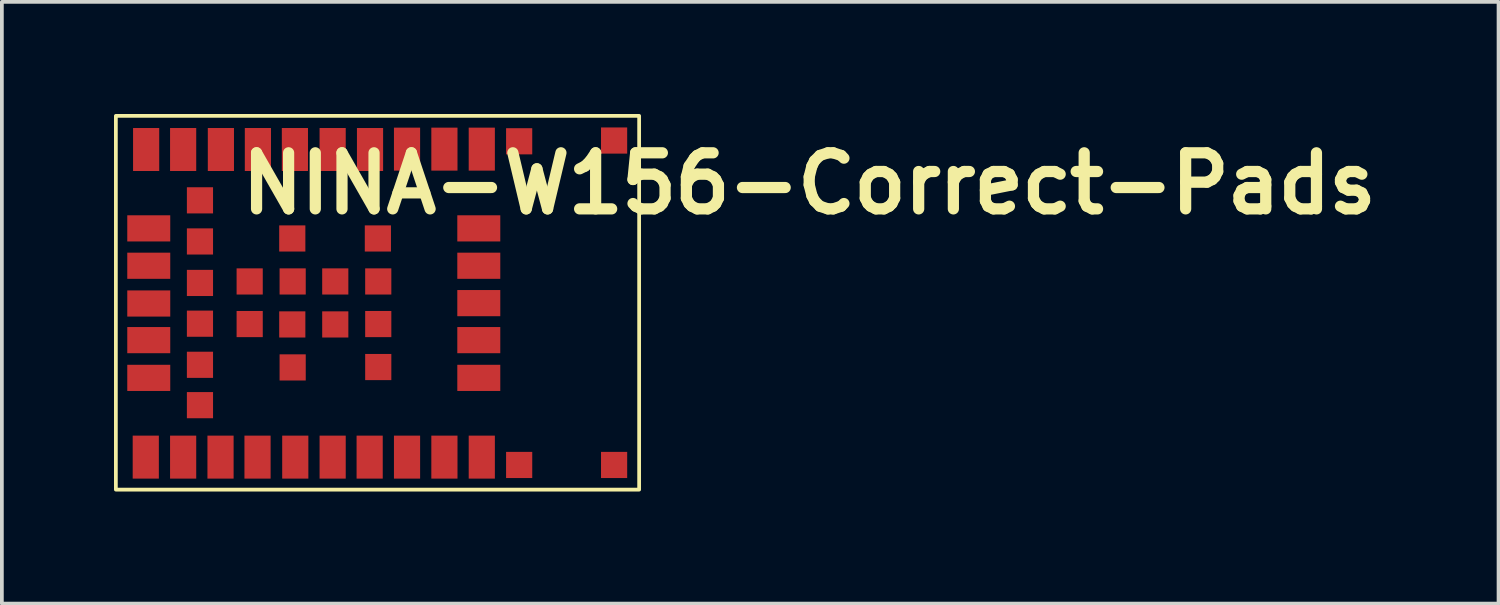
<source format=kicad_pcb>
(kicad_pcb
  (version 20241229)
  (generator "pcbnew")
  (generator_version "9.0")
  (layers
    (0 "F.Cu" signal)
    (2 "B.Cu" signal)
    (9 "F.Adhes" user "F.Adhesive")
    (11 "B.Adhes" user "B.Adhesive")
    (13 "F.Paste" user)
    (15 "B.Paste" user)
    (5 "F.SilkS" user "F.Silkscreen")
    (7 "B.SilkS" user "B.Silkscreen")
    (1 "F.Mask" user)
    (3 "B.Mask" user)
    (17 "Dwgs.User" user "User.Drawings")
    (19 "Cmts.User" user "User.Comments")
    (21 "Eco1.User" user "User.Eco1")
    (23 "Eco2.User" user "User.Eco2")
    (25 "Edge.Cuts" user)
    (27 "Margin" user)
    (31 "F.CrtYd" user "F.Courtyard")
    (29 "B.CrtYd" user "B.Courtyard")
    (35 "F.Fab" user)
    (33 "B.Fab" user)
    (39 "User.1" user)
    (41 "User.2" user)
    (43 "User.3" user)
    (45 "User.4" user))
  (footprint "NINA-W156-Correct-Pads"
    (layer "F.Cu")
    (at 7.04 5.04)
    (property "Reference" "NINA-W156-Correct-Pads" (at 11.56 -3.18 0) (layer "F.SilkS") (effects (font (size 1.5 1.5) (thickness 0.3))))
    (attr board_only exclude_from_pos_files exclude_from_bom)
    (fp_poly (pts (xy -4.82 4.131) (xy -4.82 4.741) (xy -5.192 4.741) (xy -5.563 4.741) (xy -5.556 4.138) (xy -5.549 3.576) (xy -5.509 3.576) (xy -5.509 4.132) (xy -5.509 4.688) (xy -5.191 4.688) (xy -4.873 4.688) (xy -4.873 4.132) (xy -4.873 3.576) (xy -5.191 3.576) (xy -5.509 3.576) (xy -5.549 3.576) (xy -5.549 3.536) (xy -5.185 3.529) (xy -4.82 3.521)) (stroke (width 0) (type solid)) (fill yes) (layer "F.Mask"))
    (fp_poly (pts (xy -4.748 -2.007) (xy -4.383 -2) (xy -4.376 -1.622) (xy -4.369 -1.245) (xy -4.74 -1.245) (xy -5.112 -1.245) (xy -5.112 -1.63) (xy -5.112 -1.96) (xy -5.059 -1.96) (xy -5.059 -1.629) (xy -5.059 -1.298) (xy -4.741 -1.298) (xy -4.423 -1.298) (xy -4.423 -1.629) (xy -4.423 -1.96) (xy -4.741 -1.96) (xy -5.059 -1.96) (xy -5.112 -1.96) (xy -5.112 -2.014)) (stroke (width 0) (type solid)) (fill yes) (layer "F.Mask"))
    (fp_poly (pts (xy -4.37 -2.728) (xy -4.37 -2.357) (xy -4.741 -2.357) (xy -5.112 -2.357) (xy -5.112 -2.728) (xy -5.112 -3.046) (xy -5.059 -3.046) (xy -5.059 -2.728) (xy -5.059 -2.41) (xy -4.741 -2.41) (xy -4.423 -2.41) (xy -4.423 -2.728) (xy -4.423 -3.046) (xy -4.741 -3.046) (xy -5.059 -3.046) (xy -5.112 -3.046) (xy -5.112 -3.099) (xy -4.741 -3.099) (xy -4.37 -3.099)) (stroke (width 0) (type solid)) (fill yes) (layer "F.Mask"))
    (fp_poly (pts (xy -4.37 -0.53) (xy -4.37 -0.159) (xy -4.741 -0.159) (xy -5.112 -0.159) (xy -5.112 -0.53) (xy -5.112 -0.848) (xy -5.059 -0.848) (xy -5.059 -0.53) (xy -5.059 -0.212) (xy -4.741 -0.212) (xy -4.423 -0.212) (xy -4.423 -0.53) (xy -4.423 -0.848) (xy -4.741 -0.848) (xy -5.059 -0.848) (xy -5.112 -0.848) (xy -5.112 -0.901) (xy -4.741 -0.901) (xy -4.37 -0.901)) (stroke (width 0) (type solid)) (fill yes) (layer "F.Mask"))
    (fp_poly (pts (xy -4.191 3.529) (xy -3.827 3.536) (xy -3.827 4.132) (xy -3.827 4.728) (xy -4.191 4.735) (xy -4.556 4.742) (xy -4.556 4.132) (xy -4.556 3.576) (xy -4.503 3.576) (xy -4.503 4.131) (xy -4.503 4.686) (xy -4.185 4.686) (xy -3.867 4.686) (xy -3.867 4.131) (xy -3.867 3.576) (xy -4.185 3.576) (xy -4.503 3.576) (xy -4.556 3.576) (xy -4.556 3.521)) (stroke (width 0) (type solid)) (fill yes) (layer "F.Mask"))
    (fp_poly (pts (xy -3.046 -0.556) (xy -3.046 -0.185) (xy -3.417 -0.185) (xy -3.787 -0.185) (xy -3.787 -0.556) (xy -3.787 -0.874) (xy -3.735 -0.874) (xy -3.735 -0.556) (xy -3.735 -0.238) (xy -3.417 -0.238) (xy -3.099 -0.238) (xy -3.099 -0.556) (xy -3.099 -0.874) (xy -3.417 -0.874) (xy -3.735 -0.874) (xy -3.787 -0.874) (xy -3.787 -0.927) (xy -3.417 -0.927) (xy -3.046 -0.927)) (stroke (width 0) (type solid)) (fill yes) (layer "F.Mask"))
    (fp_poly (pts (xy -2.271 -0.921) (xy -1.894 -0.914) (xy -1.894 -0.556) (xy -1.894 -0.199) (xy -2.271 -0.191) (xy -2.649 -0.184) (xy -2.649 -0.556) (xy -2.649 -0.874) (xy -2.596 -0.874) (xy -2.596 -0.556) (xy -2.596 -0.238) (xy -2.265 -0.238) (xy -1.933 -0.238) (xy -1.933 -0.556) (xy -1.933 -0.874) (xy -2.265 -0.874) (xy -2.596 -0.874) (xy -2.649 -0.874) (xy -2.649 -0.928)) (stroke (width 0) (type solid)) (fill yes) (layer "F.Mask"))
    (fp_poly (pts (xy -1.894 1.735) (xy -1.894 2.106) (xy -2.272 2.113) (xy -2.65 2.12) (xy -2.643 1.742) (xy -2.636 1.404) (xy -2.596 1.404) (xy -2.596 1.735) (xy -2.596 2.066) (xy -2.265 2.066) (xy -1.933 2.066) (xy -1.933 1.735) (xy -1.933 1.404) (xy -2.265 1.404) (xy -2.596 1.404) (xy -2.636 1.404) (xy -2.635 1.364) (xy -2.265 1.364) (xy -1.894 1.364)) (stroke (width 0) (type solid)) (fill yes) (layer "F.Mask"))
    (fp_poly (pts (xy -1.886 -1.702) (xy -1.894 -1.338) (xy -2.271 -1.33) (xy -2.649 -1.323) (xy -2.649 -1.694) (xy -2.649 -2.039) (xy -2.596 -2.039) (xy -2.596 -1.708) (xy -2.596 -1.377) (xy -2.265 -1.377) (xy -1.933 -1.377) (xy -1.933 -1.708) (xy -1.933 -2.039) (xy -2.265 -2.039) (xy -2.596 -2.039) (xy -2.649 -2.039) (xy -2.649 -2.066) (xy -2.264 -2.066) (xy -1.879 -2.066)) (stroke (width 0) (type solid)) (fill yes) (layer "F.Mask"))
    (fp_poly (pts (xy -1.886 0.589) (xy -1.879 0.953) (xy -2.265 0.953) (xy -2.65 0.953) (xy -2.643 0.589) (xy -2.636 0.265) (xy -2.596 0.265) (xy -2.596 0.596) (xy -2.596 0.927) (xy -2.265 0.927) (xy -1.933 0.927) (xy -1.933 0.596) (xy -1.933 0.265) (xy -2.265 0.265) (xy -2.596 0.265) (xy -2.636 0.265) (xy -2.635 0.225) (xy -2.265 0.225) (xy -1.894 0.225)) (stroke (width 0) (type solid)) (fill yes) (layer "F.Mask"))
    (fp_poly (pts (xy -1.828 -4.092) (xy -1.828 -3.496) (xy -2.198 -3.496) (xy -2.569 -3.496) (xy -2.569 -4.092) (xy -2.569 -4.635) (xy -2.516 -4.635) (xy -2.516 -4.092) (xy -2.516 -3.549) (xy -2.198 -3.549) (xy -1.881 -3.549) (xy -1.881 -4.092) (xy -1.881 -4.635) (xy -2.198 -4.635) (xy -2.516 -4.635) (xy -2.569 -4.635) (xy -2.569 -4.688) (xy -2.198 -4.688) (xy -1.828 -4.688)) (stroke (width 0) (type solid)) (fill yes) (layer "F.Mask"))
    (fp_poly (pts (xy -0.834 4.132) (xy -0.834 4.728) (xy -1.199 4.735) (xy -1.564 4.742) (xy -1.557 4.139) (xy -1.55 3.576) (xy -1.51 3.576) (xy -1.51 4.132) (xy -1.51 4.688) (xy -1.192 4.688) (xy -0.874 4.688) (xy -0.874 4.132) (xy -0.874 3.576) (xy -1.192 3.576) (xy -1.51 3.576) (xy -1.55 3.576) (xy -1.549 3.536) (xy -1.192 3.536) (xy -0.834 3.536)) (stroke (width 0) (type solid)) (fill yes) (layer "F.Mask"))
    (fp_poly (pts (xy -0.821 -4.092) (xy -0.821 -3.496) (xy -1.192 -3.496) (xy -1.563 -3.496) (xy -1.563 -4.092) (xy -1.563 -4.635) (xy -1.51 -4.635) (xy -1.51 -4.092) (xy -1.51 -3.549) (xy -1.192 -3.549) (xy -0.874 -3.549) (xy -0.874 -4.092) (xy -0.874 -4.635) (xy -1.192 -4.635) (xy -1.51 -4.635) (xy -1.563 -4.635) (xy -1.563 -4.688) (xy -1.192 -4.688) (xy -0.821 -4.688)) (stroke (width 0) (type solid)) (fill yes) (layer "F.Mask"))
    (fp_poly (pts (xy -0.742 -0.556) (xy -0.742 -0.185) (xy -1.112 -0.185) (xy -1.483 -0.185) (xy -1.483 -0.556) (xy -1.483 -0.874) (xy -1.457 -0.874) (xy -1.457 -0.556) (xy -1.457 -0.238) (xy -1.126 -0.238) (xy -0.795 -0.238) (xy -0.795 -0.556) (xy -0.795 -0.874) (xy -1.126 -0.874) (xy -1.457 -0.874) (xy -1.483 -0.874) (xy -1.483 -0.927) (xy -1.112 -0.927) (xy -0.742 -0.927)) (stroke (width 0) (type solid)) (fill yes) (layer "F.Mask"))
    (fp_poly (pts (xy 0.397 -0.556) (xy 0.397 -0.185) (xy 0.026 -0.185) (xy -0.344 -0.185) (xy -0.344 -0.556) (xy -0.344 -0.874) (xy -0.291 -0.874) (xy -0.291 -0.556) (xy -0.291 -0.238) (xy 0.026 -0.238) (xy 0.344 -0.238) (xy 0.344 -0.556) (xy 0.344 -0.874) (xy 0.026 -0.874) (xy -0.291 -0.874) (xy -0.344 -0.874) (xy -0.344 -0.927) (xy 0.026 -0.927) (xy 0.397 -0.927)) (stroke (width 0) (type solid)) (fill yes) (layer "F.Mask"))
    (fp_poly (pts (xy 1.165 -4.092) (xy 1.165 -3.496) (xy 0.795 -3.496) (xy 0.424 -3.496) (xy 0.424 -4.092) (xy 0.424 -4.635) (xy 0.477 -4.635) (xy 0.477 -4.092) (xy 0.477 -3.549) (xy 0.808 -3.549) (xy 1.139 -3.549) (xy 1.139 -4.092) (xy 1.139 -4.635) (xy 0.808 -4.635) (xy 0.477 -4.635) (xy 0.424 -4.635) (xy 0.424 -4.688) (xy 0.795 -4.688) (xy 1.165 -4.688)) (stroke (width 0) (type solid)) (fill yes) (layer "F.Mask"))
    (fp_poly (pts (xy 2.166 4.138) (xy 2.173 4.741) (xy 1.801 4.741) (xy 1.429 4.741) (xy 1.436 4.138) (xy 1.443 3.576) (xy 1.483 3.576) (xy 1.483 4.132) (xy 1.483 4.688) (xy 1.801 4.688) (xy 2.119 4.688) (xy 2.119 4.132) (xy 2.119 3.576) (xy 1.801 3.576) (xy 1.483 3.576) (xy 1.443 3.576) (xy 1.443 3.536) (xy 1.801 3.536) (xy 2.159 3.536)) (stroke (width 0) (type solid)) (fill yes) (layer "F.Mask"))
    (fp_poly (pts (xy 2.801 3.529) (xy 3.165 3.536) (xy 3.165 4.132) (xy 3.165 4.728) (xy 2.801 4.735) (xy 2.437 4.742) (xy 2.437 4.132) (xy 2.437 3.576) (xy 2.463 3.576) (xy 2.463 4.132) (xy 2.463 4.688) (xy 2.794 4.688) (xy 3.125 4.688) (xy 3.125 4.132) (xy 3.125 3.576) (xy 2.794 3.576) (xy 2.463 3.576) (xy 2.437 3.576) (xy 2.437 3.521)) (stroke (width 0) (type solid)) (fill yes) (layer "F.Mask"))
    (fp_poly (pts (xy 3.178 -4.092) (xy 3.178 -3.496) (xy 2.808 -3.496) (xy 2.437 -3.496) (xy 2.437 -4.092) (xy 2.437 -4.635) (xy 2.463 -4.635) (xy 2.463 -4.092) (xy 2.463 -3.549) (xy 2.794 -3.549) (xy 3.125 -3.549) (xy 3.125 -4.092) (xy 3.125 -4.635) (xy 2.794 -4.635) (xy 2.463 -4.635) (xy 2.437 -4.635) (xy 2.437 -4.688) (xy 2.808 -4.688) (xy 3.178 -4.688)) (stroke (width 0) (type solid)) (fill yes) (layer "F.Mask"))
    (fp_poly (pts (xy 3.311 1.006) (xy 3.311 1.377) (xy 2.714 1.377) (xy 2.117 1.377) (xy 2.125 1.013) (xy 2.131 0.689) (xy 2.172 0.689) (xy 2.172 1.02) (xy 2.172 1.352) (xy 2.721 1.345) (xy 3.271 1.338) (xy 3.278 1.013) (xy 3.286 0.689) (xy 2.729 0.689) (xy 2.172 0.689) (xy 2.131 0.689) (xy 2.132 0.649) (xy 2.721 0.642) (xy 3.311 0.635)) (stroke (width 0) (type solid)) (fill yes) (layer "F.Mask"))
    (fp_poly (pts (xy 3.311 2.013) (xy 3.311 2.384) (xy 2.715 2.384) (xy 2.119 2.384) (xy 2.119 2.013) (xy 2.119 1.695) (xy 2.172 1.695) (xy 2.172 2.013) (xy 2.172 2.331) (xy 2.728 2.331) (xy 3.284 2.331) (xy 3.284 2.013) (xy 3.284 1.695) (xy 2.728 1.695) (xy 2.172 1.695) (xy 2.119 1.695) (xy 2.119 1.642) (xy 2.715 1.642) (xy 3.311 1.642)) (stroke (width 0) (type solid)) (fill yes) (layer "F.Mask"))
    (fp_poly (pts (xy -5.509 -0.98) (xy -5.509 -0.609) (xy -6.103 -0.609) (xy -6.697 -0.609) (xy -6.705 -0.795) (xy -6.709 -0.927) (xy -6.708 -1.074) (xy -6.705 -1.165) (xy -6.699 -1.298) (xy -6.672 -1.298) (xy -6.672 -0.98) (xy -6.672 -0.662) (xy -6.117 -0.662) (xy -5.562 -0.662) (xy -5.562 -0.98) (xy -5.562 -1.298) (xy -6.117 -1.298) (xy -6.672 -1.298) (xy -6.699 -1.298) (xy -6.697 -1.351) (xy -6.103 -1.351) (xy -5.509 -1.351)) (stroke (width 0) (type solid)) (fill yes) (layer "F.Mask"))
    (fp_poly (pts (xy -5.505 -0.159) (xy -5.501 -0.026) (xy -5.502 0.12) (xy -5.505 0.212) (xy -5.513 0.397) (xy -6.107 0.397) (xy -6.701 0.397) (xy -6.701 0.344) (xy -6.673 0.344) (xy -6.118 0.344) (xy -5.562 0.344) (xy -5.562 0.013) (xy -5.562 -0.319) (xy -6.112 -0.312) (xy -6.661 -0.305) (xy -6.667 0.02) (xy -6.673 0.344) (xy -6.701 0.344) (xy -6.701 0.026) (xy -6.701 -0.344) (xy -6.107 -0.344) (xy -5.513 -0.344)) (stroke (width 0) (type solid)) (fill yes) (layer "F.Mask"))
    (fp_poly (pts (xy -4.82 -4.092) (xy -4.82 -3.496) (xy -5.191 -3.496) (xy -5.562 -3.496) (xy -5.562 -3.549) (xy -5.509 -3.549) (xy -5.191 -3.549) (xy -4.873 -3.549) (xy -4.873 -4.089) (xy -4.873 -4.628) (xy -5.013 -4.64) (xy -5.117 -4.644) (xy -5.243 -4.644) (xy -5.331 -4.64) (xy -5.509 -4.629) (xy -5.509 -4.089) (xy -5.509 -3.549) (xy -5.562 -3.549) (xy -5.562 -4.092) (xy -5.562 -4.688) (xy -5.191 -4.688) (xy -4.82 -4.688)) (stroke (width 0) (type solid)) (fill yes) (layer "F.Mask"))
    (fp_poly (pts (xy -4.366 1.483) (xy -4.362 1.616) (xy -4.363 1.762) (xy -4.366 1.854) (xy -4.375 2.039) (xy -4.743 2.039) (xy -5.112 2.039) (xy -5.112 1.669) (xy -5.112 1.351) (xy -5.059 1.351) (xy -5.059 1.669) (xy -5.059 1.986) (xy -4.741 1.986) (xy -4.423 1.986) (xy -4.423 1.669) (xy -4.423 1.351) (xy -4.741 1.351) (xy -5.059 1.351) (xy -5.112 1.351) (xy -5.112 1.298) (xy -4.743 1.298) (xy -4.375 1.298)) (stroke (width 0) (type solid)) (fill yes) (layer "F.Mask"))
    (fp_poly (pts (xy -4.366 2.576) (xy -4.362 2.707) (xy -4.362 2.85) (xy -4.365 2.947) (xy -4.373 3.125) (xy -4.742 3.125) (xy -5.112 3.125) (xy -5.112 2.755) (xy -5.112 2.437) (xy -5.059 2.437) (xy -5.059 2.755) (xy -5.059 3.072) (xy -4.741 3.072) (xy -4.423 3.072) (xy -4.423 2.755) (xy -4.423 2.437) (xy -4.741 2.437) (xy -5.059 2.437) (xy -5.112 2.437) (xy -5.112 2.384) (xy -4.743 2.384) (xy -4.374 2.384)) (stroke (width 0) (type solid)) (fill yes) (layer "F.Mask"))
    (fp_poly (pts (xy 3.315 -1.165) (xy 3.319 -1.033) (xy 3.318 -0.886) (xy 3.315 -0.795) (xy 3.306 -0.609) (xy 2.713 -0.609) (xy 2.119 -0.609) (xy 2.119 -0.98) (xy 2.119 -1.298) (xy 2.172 -1.298) (xy 2.172 -0.98) (xy 2.172 -0.662) (xy 2.728 -0.662) (xy 3.284 -0.662) (xy 3.284 -0.98) (xy 3.284 -1.298) (xy 2.728 -1.298) (xy 2.172 -1.298) (xy 2.119 -1.298) (xy 2.119 -1.351) (xy 2.713 -1.351) (xy 3.306 -1.351)) (stroke (width 0) (type solid)) (fill yes) (layer "F.Mask"))
    (fp_poly (pts (xy 3.318 -2.152) (xy 3.315 -2.023) (xy 3.313 -1.887) (xy 3.312 -1.781) (xy 3.311 -1.616) (xy 2.715 -1.616) (xy 2.119 -1.616) (xy 2.119 -1.986) (xy 2.119 -2.304) (xy 2.172 -2.304) (xy 2.172 -1.973) (xy 2.172 -1.642) (xy 2.727 -1.642) (xy 3.282 -1.642) (xy 3.282 -1.973) (xy 3.282 -2.304) (xy 2.727 -2.304) (xy 2.172 -2.304) (xy 2.119 -2.304) (xy 2.119 -2.357) (xy 2.721 -2.357) (xy 3.324 -2.357)) (stroke (width 0) (type solid)) (fill yes) (layer "F.Mask"))
    (fp_poly (pts (xy 3.893 -4.696) (xy 3.993 -4.693) (xy 4.186 -4.686) (xy 4.179 -4.323) (xy 4.172 -3.96) (xy 3.794 -3.952) (xy 3.417 -3.945) (xy 3.417 -4.314) (xy 3.417 -4.635) (xy 3.47 -4.635) (xy 3.47 -4.317) (xy 3.47 -3.999) (xy 3.801 -3.999) (xy 4.132 -3.999) (xy 4.132 -4.317) (xy 4.132 -4.635) (xy 3.801 -4.635) (xy 3.47 -4.635) (xy 3.417 -4.635) (xy 3.417 -4.684) (xy 3.609 -4.693) (xy 3.743 -4.696)) (stroke (width 0) (type solid)) (fill yes) (layer "F.Mask"))
    (fp_poly (pts (xy -5.509 -1.986) (xy -5.509 -1.616) (xy -6.103 -1.616) (xy -6.697 -1.616) (xy -6.706 -1.834) (xy -6.709 -1.962) (xy -6.709 -2.093) (xy -6.707 -2.199) (xy -6.706 -2.205) (xy -6.701 -2.304) (xy -6.674 -2.304) (xy -6.674 -1.973) (xy -6.674 -1.642) (xy -6.118 -1.642) (xy -5.562 -1.642) (xy -5.562 -1.973) (xy -5.562 -2.304) (xy -6.118 -2.304) (xy -6.674 -2.304) (xy -6.701 -2.304) (xy -6.698 -2.357) (xy -6.104 -2.357) (xy -5.509 -2.357)) (stroke (width 0) (type solid)) (fill yes) (layer "F.Mask"))
    (fp_poly (pts (xy -3.046 0.583) (xy -3.046 0.953) (xy -3.203 0.953) (xy -3.293 0.955) (xy -3.365 0.958) (xy -3.395 0.961) (xy -3.438 0.964) (xy -3.517 0.964) (xy -3.609 0.96) (xy -3.787 0.951) (xy -3.787 0.581) (xy -3.787 0.265) (xy -3.735 0.265) (xy -3.735 0.596) (xy -3.735 0.927) (xy -3.417 0.927) (xy -3.099 0.927) (xy -3.099 0.596) (xy -3.099 0.265) (xy -3.417 0.265) (xy -3.735 0.265) (xy -3.787 0.265) (xy -3.787 0.212) (xy -3.417 0.212) (xy -3.046 0.212)) (stroke (width 0) (type solid)) (fill yes) (layer "F.Mask"))
    (fp_poly (pts (xy 0.397 1.549) (xy 0.403 1.68) (xy 0.404 1.827) (xy 0.402 1.925) (xy 0.393 2.115) (xy 0.203 2.123) (xy 0.072 2.127) (xy -0.071 2.127) (xy -0.166 2.124) (xy -0.346 2.116) (xy -0.338 1.74) (xy -0.332 1.404) (xy -0.291 1.404) (xy -0.291 1.733) (xy -0.291 2.063) (xy 0.026 2.063) (xy 0.342 2.063) (xy 0.342 1.733) (xy 0.342 1.404) (xy 0.026 1.404) (xy -0.291 1.404) (xy -0.332 1.404) (xy -0.331 1.364) (xy 0.026 1.364) (xy 0.384 1.364)) (stroke (width 0) (type solid)) (fill yes) (layer "F.Mask"))
    (fp_poly (pts (xy -5.509 1.006) (xy -5.509 1.377) (xy -6.105 1.377) (xy -6.701 1.377) (xy -6.701 1.006) (xy -6.701 0.689) (xy -6.674 0.689) (xy -6.674 1.002) (xy -6.673 1.126) (xy -6.669 1.23) (xy -6.664 1.303) (xy -6.657 1.333) (xy -6.626 1.338) (xy -6.551 1.343) (xy -6.439 1.347) (xy -6.298 1.35) (xy -6.138 1.351) (xy -6.101 1.351) (xy -5.562 1.351) (xy -5.562 1.02) (xy -5.562 0.689) (xy -6.118 0.689) (xy -6.674 0.689) (xy -6.701 0.689) (xy -6.701 0.636) (xy -6.105 0.636) (xy -5.509 0.636)) (stroke (width 0) (type solid)) (fill yes) (layer "F.Mask"))
    (fp_poly (pts (xy -4.74 0.189) (xy -4.369 0.195) (xy -4.376 0.568) (xy -4.383 0.94) (xy -4.729 0.948) (xy -4.86 0.949) (xy -4.97 0.948) (xy -5.051 0.944) (xy -5.091 0.938) (xy -5.093 0.937) (xy -5.1 0.905) (xy -5.106 0.83) (xy -5.11 0.723) (xy -5.112 0.593) (xy -5.112 0.55) (xy -5.112 0.238) (xy -5.059 0.238) (xy -5.059 0.569) (xy -5.059 0.901) (xy -4.741 0.901) (xy -4.423 0.901) (xy -4.423 0.569) (xy -4.423 0.238) (xy -4.741 0.238) (xy -5.059 0.238) (xy -5.112 0.238) (xy -5.112 0.182)) (stroke (width 0) (type solid)) (fill yes) (layer "F.Mask"))
    (fp_poly (pts (xy 0.397 0.382) (xy 0.403 0.491) (xy 0.418 0.554) (xy 0.43 0.567) (xy 0.45 0.585) (xy 0.43 0.598) (xy 0.41 0.635) (xy 0.399 0.721) (xy 0.397 0.784) (xy 0.397 0.953) (xy 0.026 0.953) (xy -0.344 0.953) (xy -0.344 0.583) (xy -0.344 0.265) (xy -0.291 0.265) (xy -0.291 0.596) (xy -0.291 0.927) (xy 0.026 0.927) (xy 0.344 0.927) (xy 0.344 0.596) (xy 0.344 0.265) (xy 0.026 0.265) (xy -0.291 0.265) (xy -0.344 0.265) (xy -0.344 0.212) (xy 0.026 0.212) (xy 0.397 0.212)) (stroke (width 0) (type solid)) (fill yes) (layer "F.Mask"))
    (fp_poly (pts (xy 2.068 -4.692) (xy 2.14 -4.684) (xy 2.163 -4.674) (xy 2.165 -4.641) (xy 2.167 -4.562) (xy 2.168 -4.447) (xy 2.168 -4.303) (xy 2.167 -4.138) (xy 2.166 -4.065) (xy 2.159 -3.483) (xy 1.794 -3.49) (xy 1.43 -3.498) (xy 1.43 -4.091) (xy 1.43 -4.635) (xy 1.483 -4.635) (xy 1.483 -4.092) (xy 1.483 -3.549) (xy 1.801 -3.549) (xy 2.119 -3.549) (xy 2.119 -4.092) (xy 2.119 -4.635) (xy 1.801 -4.635) (xy 1.483 -4.635) (xy 1.43 -4.635) (xy 1.43 -4.685) (xy 1.791 -4.693) (xy 1.951 -4.695)) (stroke (width 0) (type solid)) (fill yes) (layer "F.Mask"))
    (fp_poly (pts (xy 4.172 4.357) (xy 4.172 4.728) (xy 3.807 4.735) (xy 3.653 4.737) (xy 3.546 4.735) (xy 3.477 4.73) (xy 3.44 4.719) (xy 3.429 4.707) (xy 3.424 4.669) (xy 3.421 4.588) (xy 3.421 4.477) (xy 3.422 4.347) (xy 3.422 4.329) (xy 3.429 4.026) (xy 3.47 4.026) (xy 3.47 4.357) (xy 3.47 4.688) (xy 3.801 4.688) (xy 4.132 4.688) (xy 4.132 4.357) (xy 4.132 4.026) (xy 3.801 4.026) (xy 3.47 4.026) (xy 3.429 4.026) (xy 3.43 3.986) (xy 3.801 3.986) (xy 4.172 3.986)) (stroke (width 0) (type solid)) (fill yes) (layer "F.Mask"))
    (fp_poly (pts (xy 6.714 4.357) (xy 6.714 4.728) (xy 6.349 4.735) (xy 6.196 4.737) (xy 6.089 4.735) (xy 6.02 4.73) (xy 5.983 4.719) (xy 5.971 4.707) (xy 5.967 4.669) (xy 5.964 4.588) (xy 5.963 4.477) (xy 5.965 4.347) (xy 5.965 4.329) (xy 5.972 4.026) (xy 6.012 4.026) (xy 6.012 4.357) (xy 6.012 4.688) (xy 6.343 4.688) (xy 6.674 4.688) (xy 6.674 4.357) (xy 6.674 4.026) (xy 6.343 4.026) (xy 6.012 4.026) (xy 5.972 4.026) (xy 5.973 3.986) (xy 6.343 3.986) (xy 6.714 3.986)) (stroke (width 0) (type solid)) (fill yes) (layer "F.Mask"))
    (fp_poly (pts (xy 6.727 -4.317) (xy 6.727 -3.946) (xy 6.361 -3.946) (xy 6.227 -3.948) (xy 6.112 -3.951) (xy 6.027 -3.956) (xy 5.981 -3.962) (xy 5.977 -3.964) (xy 5.97 -3.996) (xy 5.965 -4.07) (xy 5.961 -4.176) (xy 5.959 -4.305) (xy 5.959 -4.335) (xy 5.959 -4.635) (xy 6.012 -4.635) (xy 6.012 -4.317) (xy 6.012 -3.999) (xy 6.343 -3.999) (xy 6.674 -3.999) (xy 6.674 -4.317) (xy 6.674 -4.635) (xy 6.343 -4.635) (xy 6.012 -4.635) (xy 5.959 -4.635) (xy 5.959 -4.688) (xy 6.343 -4.688) (xy 6.727 -4.688)) (stroke (width 0) (type solid)) (fill yes) (layer "F.Mask"))
    (fp_poly (pts (xy -6.313 -4.692) (xy -6.178 -4.688) (xy -5.814 -4.675) (xy -5.814 -4.092) (xy -5.814 -3.509) (xy -6.191 -3.502) (xy -6.569 -3.495) (xy -6.569 -4.063) (xy -6.568 -4.232) (xy -6.566 -4.385) (xy -6.564 -4.513) (xy -6.56 -4.607) (xy -6.558 -4.635) (xy -6.516 -4.635) (xy -6.516 -4.092) (xy -6.516 -3.549) (xy -6.184 -3.549) (xy -5.853 -3.549) (xy -5.853 -4.092) (xy -5.853 -4.635) (xy -6.184 -4.635) (xy -6.516 -4.635) (xy -6.558 -4.635) (xy -6.556 -4.659) (xy -6.555 -4.666) (xy -6.539 -4.68) (xy -6.498 -4.689) (xy -6.425 -4.693)) (stroke (width 0) (type solid)) (fill yes) (layer "F.Mask"))
    (fp_poly (pts (xy -2.821 4.132) (xy -2.821 4.728) (xy -3.185 4.735) (xy -3.34 4.737) (xy -3.448 4.735) (xy -3.517 4.729) (xy -3.554 4.718) (xy -3.563 4.708) (xy -3.567 4.672) (xy -3.57 4.592) (xy -3.571 4.475) (xy -3.571 4.33) (xy -3.57 4.165) (xy -3.57 4.105) (xy -3.563 3.576) (xy -3.523 3.576) (xy -3.523 4.131) (xy -3.523 4.686) (xy -3.192 4.686) (xy -2.86 4.686) (xy -2.86 4.131) (xy -2.86 3.576) (xy -3.192 3.576) (xy -3.523 3.576) (xy -3.563 3.576) (xy -3.562 3.536) (xy -3.192 3.536) (xy -2.821 3.536)) (stroke (width 0) (type solid)) (fill yes) (layer "F.Mask"))
    (fp_poly (pts (xy -2.814 -4.099) (xy -2.821 -3.509) (xy -3.18 -3.502) (xy -3.313 -3.501) (xy -3.426 -3.502) (xy -3.51 -3.506) (xy -3.554 -3.511) (xy -3.557 -3.513) (xy -3.563 -3.544) (xy -3.567 -3.62) (xy -3.571 -3.733) (xy -3.574 -3.875) (xy -3.575 -4.038) (xy -3.576 -4.11) (xy -3.576 -4.635) (xy -3.523 -4.635) (xy -3.523 -4.092) (xy -3.523 -3.549) (xy -3.192 -3.549) (xy -2.86 -3.549) (xy -2.86 -4.092) (xy -2.86 -4.635) (xy -3.192 -4.635) (xy -3.523 -4.635) (xy -3.576 -4.635) (xy -3.576 -4.688) (xy -3.191 -4.688) (xy -2.806 -4.688)) (stroke (width 0) (type solid)) (fill yes) (layer "F.Mask"))
    (fp_poly (pts (xy -1.828 4.131) (xy -1.828 4.741) (xy -2.186 4.741) (xy -2.342 4.74) (xy -2.451 4.735) (xy -2.519 4.726) (xy -2.553 4.714) (xy -2.557 4.707) (xy -2.561 4.672) (xy -2.563 4.591) (xy -2.565 4.475) (xy -2.565 4.33) (xy -2.564 4.165) (xy -2.563 4.105) (xy -2.556 3.576) (xy -2.516 3.576) (xy -2.516 4.132) (xy -2.516 4.688) (xy -2.198 4.688) (xy -1.881 4.688) (xy -1.881 4.132) (xy -1.881 3.576) (xy -2.198 3.576) (xy -2.516 3.576) (xy -2.556 3.576) (xy -2.556 3.536) (xy -2.192 3.529) (xy -1.828 3.521)) (stroke (width 0) (type solid)) (fill yes) (layer "F.Mask"))
    (fp_poly (pts (xy 0.172 4.132) (xy 0.172 4.728) (xy -0.193 4.735) (xy -0.347 4.737) (xy -0.455 4.735) (xy -0.524 4.729) (xy -0.561 4.718) (xy -0.571 4.708) (xy -0.574 4.672) (xy -0.577 4.592) (xy -0.578 4.475) (xy -0.578 4.33) (xy -0.577 4.165) (xy -0.577 4.105) (xy -0.57 3.576) (xy -0.53 3.576) (xy -0.53 4.132) (xy -0.53 4.688) (xy -0.199 4.688) (xy 0.132 4.688) (xy 0.132 4.132) (xy 0.132 3.576) (xy -0.199 3.576) (xy -0.53 3.576) (xy -0.57 3.576) (xy -0.569 3.536) (xy -0.199 3.536) (xy 0.172 3.536)) (stroke (width 0) (type solid)) (fill yes) (layer "F.Mask"))
    (fp_poly (pts (xy 0.185 -4.093) (xy 0.185 -3.496) (xy -0.186 -3.496) (xy -0.345 -3.498) (xy -0.457 -3.502) (xy -0.528 -3.51) (xy -0.564 -3.522) (xy -0.571 -3.53) (xy -0.574 -3.566) (xy -0.577 -3.646) (xy -0.578 -3.762) (xy -0.578 -3.906) (xy -0.577 -4.07) (xy -0.577 -4.119) (xy -0.57 -4.635) (xy -0.53 -4.635) (xy -0.53 -4.092) (xy -0.53 -3.549) (xy -0.199 -3.549) (xy 0.132 -3.549) (xy 0.132 -4.092) (xy 0.132 -4.635) (xy -0.199 -4.635) (xy -0.53 -4.635) (xy -0.57 -4.635) (xy -0.569 -4.675) (xy -0.192 -4.682) (xy 0.185 -4.689)) (stroke (width 0) (type solid)) (fill yes) (layer "F.Mask"))
    (fp_poly (pts (xy 1.165 4.131) (xy 1.165 4.741) (xy 0.807 4.741) (xy 0.651 4.74) (xy 0.542 4.735) (xy 0.473 4.726) (xy 0.44 4.714) (xy 0.436 4.707) (xy 0.432 4.672) (xy 0.43 4.591) (xy 0.428 4.475) (xy 0.428 4.33) (xy 0.429 4.165) (xy 0.43 4.105) (xy 0.437 3.576) (xy 0.477 3.576) (xy 0.477 4.132) (xy 0.477 4.688) (xy 0.808 4.688) (xy 1.139 4.688) (xy 1.139 4.132) (xy 1.139 3.576) (xy 0.808 3.576) (xy 0.477 3.576) (xy 0.437 3.576) (xy 0.437 3.536) (xy 0.801 3.529) (xy 1.165 3.521)) (stroke (width 0) (type solid)) (fill yes) (layer "F.Mask"))
    (fp_poly (pts (xy -6.977 3.086) (xy -6.973 3.12) (xy -6.97 3.199) (xy -6.967 3.316) (xy -6.964 3.462) (xy -6.962 3.631) (xy -6.961 3.816) (xy -6.96 4.009) (xy -6.959 4.204) (xy -6.96 4.393) (xy -6.96 4.569) (xy -6.962 4.724) (xy -6.964 4.852) (xy -6.967 4.946) (xy -6.97 4.998) (xy -6.972 5.006) (xy -6.977 4.98) (xy -6.981 4.908) (xy -6.984 4.794) (xy -6.987 4.644) (xy -6.989 4.466) (xy -6.99 4.263) (xy -6.99 4.042) (xy -6.99 4.032) (xy -6.989 3.813) (xy -6.988 3.612) (xy -6.987 3.435) (xy -6.985 3.288) (xy -6.982 3.177) (xy -6.98 3.108) (xy -6.977 3.085)) (stroke (width 0) (type solid)) (fill yes) (layer "F.Mask"))
    (fp_poly (pts (xy -4.054 -4.687) (xy -3.952 -4.684) (xy -3.887 -4.677) (xy -3.849 -4.666) (xy -3.832 -4.65) (xy -3.83 -4.646) (xy -3.823 -4.599) (xy -3.818 -4.51) (xy -3.815 -4.389) (xy -3.815 -4.247) (xy -3.817 -4.094) (xy -3.821 -3.941) (xy -3.827 -3.798) (xy -3.831 -3.739) (xy -3.848 -3.496) (xy -4.202 -3.496) (xy -4.556 -3.496) (xy -4.556 -4.092) (xy -4.556 -4.635) (xy -4.503 -4.635) (xy -4.503 -4.092) (xy -4.503 -3.549) (xy -4.185 -3.549) (xy -3.867 -3.549) (xy -3.867 -4.092) (xy -3.867 -4.635) (xy -4.185 -4.635) (xy -4.503 -4.635) (xy -4.556 -4.635) (xy -4.556 -4.688) (xy -4.201 -4.688)) (stroke (width 0) (type solid)) (fill yes) (layer "F.Mask"))
    (fp_poly (pts (xy -0.742 0.583) (xy -0.742 0.953) (xy -0.898 0.953) (xy -0.989 0.955) (xy -1.061 0.958) (xy -1.09 0.961) (xy -1.134 0.964) (xy -1.212 0.964) (xy -1.304 0.96) (xy -1.483 0.951) (xy -1.483 0.581) (xy -1.483 0.265) (xy -1.457 0.265) (xy -1.457 0.578) (xy -1.455 0.702) (xy -1.452 0.806) (xy -1.447 0.878) (xy -1.441 0.908) (xy -1.409 0.914) (xy -1.336 0.919) (xy -1.232 0.923) (xy -1.109 0.924) (xy -0.795 0.924) (xy -0.795 0.594) (xy -0.795 0.265) (xy -1.126 0.265) (xy -1.457 0.265) (xy -1.483 0.265) (xy -1.483 0.212) (xy -1.112 0.212) (xy -0.742 0.212)) (stroke (width 0) (type solid)) (fill yes) (layer "F.Mask"))
    (fp_poly (pts (xy 0.387 -2.057) (xy 0.395 -1.992) (xy 0.399 -1.88) (xy 0.399 -1.728) (xy 0.399 -1.566) (xy 0.404 -1.453) (xy 0.413 -1.39) (xy 0.422 -1.377) (xy 0.449 -1.358) (xy 0.45 -1.351) (xy 0.425 -1.34) (xy 0.35 -1.332) (xy 0.232 -1.326) (xy 0.075 -1.324) (xy 0.053 -1.324) (xy -0.344 -1.324) (xy -0.344 -1.695) (xy -0.344 -2.039) (xy -0.291 -2.039) (xy -0.291 -1.708) (xy -0.291 -1.377) (xy 0.026 -1.377) (xy 0.344 -1.377) (xy 0.344 -1.708) (xy 0.344 -2.039) (xy 0.026 -2.039) (xy -0.291 -2.039) (xy -0.344 -2.039) (xy -0.344 -2.066) (xy 0 -2.07) (xy 0.131 -2.072) (xy 0.244 -2.073) (xy 0.328 -2.075) (xy 0.371 -2.076) (xy 0.374 -2.076)) (stroke (width 0) (type solid)) (fill yes) (layer "F.Mask"))
    (fp_poly (pts (xy 3.311 -0.172) (xy 3.315 -0.066) (xy 3.329 -0.01) (xy 3.343 0) (xy 3.361 0.008) (xy 3.343 0.032) (xy 3.325 0.075) (xy 3.314 0.154) (xy 3.311 0.23) (xy 3.311 0.397) (xy 2.73 0.397) (xy 2.56 0.396) (xy 2.408 0.394) (xy 2.283 0.39) (xy 2.192 0.386) (xy 2.143 0.38) (xy 2.137 0.377) (xy 2.133 0.345) (xy 2.129 0.27) (xy 2.127 0.163) (xy 2.126 0.034) (xy 2.126 0.007) (xy 2.125 -0.318) (xy 2.174 -0.318) (xy 2.175 0.013) (xy 2.175 0.344) (xy 2.729 0.344) (xy 3.282 0.344) (xy 3.282 0.013) (xy 3.282 -0.318) (xy 2.728 -0.318) (xy 2.174 -0.318) (xy 2.125 -0.318) (xy 2.125 -0.344) (xy 2.718 -0.344) (xy 3.311 -0.344)) (stroke (width 0) (type solid)) (fill yes) (layer "F.Mask"))
    (fp_poly (pts (xy -5.509 2.011) (xy -5.51 2.145) (xy -5.514 2.259) (xy -5.52 2.342) (xy -5.526 2.385) (xy -5.529 2.389) (xy -5.56 2.391) (xy -5.636 2.392) (xy -5.75 2.393) (xy -5.893 2.392) (xy -6.058 2.391) (xy -6.141 2.39) (xy -6.334 2.387) (xy -6.479 2.384) (xy -6.585 2.38) (xy -6.655 2.375) (xy -6.696 2.367) (xy -6.715 2.357) (xy -6.718 2.344) (xy -6.717 2.341) (xy -6.711 2.3) (xy -6.706 2.217) (xy -6.702 2.105) (xy -6.701 1.976) (xy -6.701 1.971) (xy -6.701 1.695) (xy -6.674 1.695) (xy -6.674 2.013) (xy -6.674 2.331) (xy -6.118 2.331) (xy -5.562 2.331) (xy -5.562 2.013) (xy -5.562 1.695) (xy -6.118 1.695) (xy -6.674 1.695) (xy -6.701 1.695) (xy -6.701 1.642) (xy -6.105 1.642) (xy -5.509 1.642)) (stroke (width 0) (type solid)) (fill yes) (layer "F.Mask"))
    (fp_poly (pts (xy -6.029 3.524) (xy -5.93 3.527) (xy -5.868 3.534) (xy -5.833 3.546) (xy -5.817 3.563) (xy -5.816 3.565) (xy -5.812 3.603) (xy -5.807 3.685) (xy -5.804 3.804) (xy -5.802 3.949) (xy -5.8 4.114) (xy -5.8 4.157) (xy -5.799 4.348) (xy -5.8 4.492) (xy -5.806 4.596) (xy -5.822 4.667) (xy -5.853 4.71) (xy -5.904 4.733) (xy -5.978 4.741) (xy -6.081 4.742) (xy -6.214 4.741) (xy -6.361 4.738) (xy -6.461 4.731) (xy -6.519 4.718) (xy -6.538 4.706) (xy -6.548 4.667) (xy -6.558 4.578) (xy -6.565 4.444) (xy -6.571 4.269) (xy -6.574 4.111) (xy -6.576 3.917) (xy -6.576 3.771) (xy -6.573 3.665) (xy -6.568 3.595) (xy -6.564 3.576) (xy -6.516 3.576) (xy -6.516 4.132) (xy -6.516 4.688) (xy -6.184 4.688) (xy -5.853 4.688) (xy -5.853 4.132) (xy -5.853 3.576) (xy -6.184 3.576) (xy -6.516 3.576) (xy -6.564 3.576) (xy -6.56 3.554) (xy -6.548 3.537) (xy -6.546 3.536) (xy -6.508 3.531) (xy -6.427 3.527) (xy -6.317 3.524) (xy -6.187 3.523) (xy -6.172 3.523)) (stroke (width 0) (type solid)) (fill yes) (layer "F.Mask"))
    (fp_poly (pts (xy 7.019 0.013) (xy 7.019 5.006) (xy 0.159 5.006) (xy -0.44 5.006) (xy -1.025 5.006) (xy -1.594 5.005) (xy -2.145 5.005) (xy -2.675 5.004) (xy -3.182 5.003) (xy -3.664 5.002) (xy -4.119 5.001) (xy -4.544 5) (xy -4.938 4.999) (xy -5.299 4.998) (xy -5.623 4.997) (xy -5.909 4.995) (xy -6.154 4.994) (xy -6.357 4.992) (xy -6.515 4.991) (xy -6.626 4.989) (xy -6.688 4.987) (xy -6.701 4.986) (xy -6.675 4.984) (xy -6.598 4.983) (xy -6.473 4.981) (xy -6.301 4.98) (xy -6.085 4.978) (xy -5.827 4.977) (xy -5.529 4.976) (xy -5.194 4.975) (xy -4.824 4.974) (xy -4.42 4.973) (xy -3.986 4.973) (xy -3.523 4.972) (xy -3.033 4.972) (xy -2.519 4.972) (xy -1.983 4.972) (xy -1.428 4.972) (xy -0.854 4.972) (xy -0.265 4.973) (xy 0.132 4.973) (xy 6.966 4.98) (xy 6.966 0.014) (xy 6.966 -4.953) (xy 4.578 -4.953) (xy 4.128 -4.952) (xy 3.729 -4.952) (xy 3.379 -4.95) (xy 3.078 -4.949) (xy 2.822 -4.947) (xy 2.61 -4.944) (xy 2.441 -4.941) (xy 2.313 -4.937) (xy 2.223 -4.932) (xy 2.171 -4.927) (xy 2.154 -4.923) (xy 2.125 -4.907) (xy 2.119 -4.923) (xy 2.104 -4.927) (xy 2.059 -4.931) (xy 1.982 -4.934) (xy 1.872 -4.938) (xy 1.727 -4.94) (xy 1.545 -4.943) (xy 1.325 -4.945) (xy 1.065 -4.947) (xy 0.765 -4.948) (xy 0.422 -4.95) (xy 0.034 -4.951) (xy -0.399 -4.951) (xy -0.88 -4.952) (xy -1.409 -4.952) (xy -1.989 -4.952) (xy -2.417 -4.952) (xy -3.036 -4.952) (xy -3.613 -4.952) (xy -4.146 -4.951) (xy -4.635 -4.95) (xy -5.079 -4.948) (xy -5.477 -4.947) (xy -5.828 -4.945) (xy -6.131 -4.943) (xy -6.386 -4.94) (xy -6.592 -4.938) (xy -6.748 -4.935) (xy -6.853 -4.932) (xy -6.906 -4.928) (xy -6.913 -4.926) (xy -6.894 -4.903) (xy -6.921 -4.894) (xy -6.945 -4.897) (xy -6.947 -4.871) (xy -6.95 -4.795) (xy -6.952 -4.672) (xy -6.954 -4.505) (xy -6.955 -4.296) (xy -6.957 -4.049) (xy -6.959 -3.767) (xy -6.96 -3.452) (xy -6.961 -3.107) (xy -6.962 -2.735) (xy -6.963 -2.339) (xy -6.964 -1.922) (xy -6.964 -1.487) (xy -6.965 -1.037) (xy -6.965 -0.949) (xy -6.965 -0.496) (xy -6.965 -0.057) (xy -6.965 0.364) (xy -6.966 0.765) (xy -6.967 1.143) (xy -6.968 1.494) (xy -6.969 1.816) (xy -6.97 2.107) (xy -6.971 2.362) (xy -6.972 2.58) (xy -6.974 2.757) (xy -6.975 2.89) (xy -6.977 2.976) (xy -6.978 3.013) (xy -6.979 3.014) (xy -6.98 2.99) (xy -6.982 2.916) (xy -6.983 2.794) (xy -6.984 2.628) (xy -6.986 2.42) (xy -6.987 2.174) (xy -6.988 1.892) (xy -6.989 1.577) (xy -6.99 1.232) (xy -6.991 0.86) (xy -6.991 0.464) (xy -6.992 0.046) (xy -6.992 -0.39) (xy -6.992 -0.842) (xy -6.992 -0.976) (xy -6.992 -4.979) (xy 0.013 -4.979) (xy 7.019 -4.979)) (stroke (width 0) (type solid)) (fill yes) (layer "F.Mask"))
    (fp_rect (start -6.99 -4.99) (end 7.01 5.01) (stroke (width 0.1) (type default)) (fill no) (layer "F.SilkS"))
    (pad "1" smd rect (at -6.19 4.14) (size 0.7 1.15) (layers "F.Cu" "F.Mask" "F.Paste"))
    (pad "2" smd rect (at -5.19 4.14) (size 0.7 1.15) (layers "F.Cu" "F.Mask" "F.Paste"))
    (pad "3" smd rect (at -4.19 4.14) (size 0.7 1.15) (layers "F.Cu" "F.Mask" "F.Paste"))
    (pad "4" smd rect (at -3.2 4.14) (size 0.7 1.15) (layers "F.Cu" "F.Mask" "F.Paste"))
    (pad "5" smd rect (at -2.19 4.14) (size 0.7 1.15) (layers "F.Cu" "F.Mask" "F.Paste"))
    (pad "6" smd rect (at -1.19 4.14) (size 0.7 1.15) (layers "F.Cu" "F.Mask" "F.Paste"))
    (pad "7" smd rect (at -0.2 4.14) (size 0.7 1.15) (layers "F.Cu" "F.Mask" "F.Paste"))
    (pad "8" smd rect (at 0.8 4.14) (size 0.7 1.15) (layers "F.Cu" "F.Mask" "F.Paste"))
    (pad "9" smd rect (at 1.8 4.14) (size 0.7 1.15) (layers "F.Cu" "F.Mask" "F.Paste"))
    (pad "10" smd rect (at 2.8 4.14) (size 0.7 1.15) (layers "F.Cu" "F.Mask" "F.Paste"))
    (pad "11" smd rect (at 2.72 2.02) (size 1.15 0.7) (layers "F.Cu" "F.Mask" "F.Paste"))
    (pad "12" smd rect (at 2.72 1.01) (size 1.15 0.7) (layers "F.Cu" "F.Mask" "F.Paste"))
    (pad "13" smd rect (at 2.72 0.02) (size 1.15 0.7) (layers "F.Cu" "F.Mask" "F.Paste"))
    (pad "14" smd rect (at 2.72 -0.98) (size 1.15 0.7) (layers "F.Cu" "F.Mask" "F.Paste"))
    (pad "15" smd rect (at 2.72 -1.98) (size 1.15 0.7) (layers "F.Cu" "F.Mask" "F.Paste"))
    (pad "16" smd rect (at 2.8 -4.1) (size 0.7 1.15) (layers "F.Cu" "F.Mask" "F.Paste"))
    (pad "17" smd rect (at 1.8 -4.1) (size 0.7 1.15) (layers "F.Cu" "F.Mask" "F.Paste"))
    (pad "18" smd rect (at 0.8 -4.1) (size 0.7 1.15) (layers "F.Cu" "F.Mask" "F.Paste"))
    (pad "19" smd rect (at -0.19 -4.09) (size 0.7 1.15) (layers "F.Cu" "F.Mask" "F.Paste"))
    (pad "20" smd rect (at -1.19 -4.09) (size 0.7 1.15) (layers "F.Cu" "F.Mask" "F.Paste"))
    (pad "21" smd rect (at -2.2 -4.09) (size 0.7 1.15) (layers "F.Cu" "F.Mask" "F.Paste"))
    (pad "22" smd rect (at -3.19 -4.09) (size 0.7 1.15) (layers "F.Cu" "F.Mask" "F.Paste"))
    (pad "23" smd rect (at -4.18 -4.09) (size 0.7 1.15) (layers "F.Cu" "F.Mask" "F.Paste"))
    (pad "24" smd rect (at -5.19 -4.09) (size 0.7 1.15) (layers "F.Cu" "F.Mask" "F.Paste"))
    (pad "25" smd rect (at -6.18 -4.09) (size 0.7 1.15) (layers "F.Cu" "F.Mask" "F.Paste"))
    (pad "26" smd rect (at -6.11 -1.98) (size 1.15 0.7) (layers "F.Cu" "F.Mask" "F.Paste"))
    (pad "27" smd rect (at -6.11 -0.98) (size 1.15 0.7) (layers "F.Cu" "F.Mask" "F.Paste"))
    (pad "28" smd rect (at -6.11 0.03) (size 1.15 0.7) (layers "F.Cu" "F.Mask" "F.Paste"))
    (pad "29" smd rect (at -6.11 1.01) (size 1.15 0.7) (layers "F.Cu" "F.Mask" "F.Paste"))
    (pad "30" smd rect (at -6.11 2.02) (size 1.15 0.7) (layers "F.Cu" "F.Mask" "F.Paste"))
    (pad "31" smd rect (at -4.74 2.75) (size 0.7 0.7) (layers "F.Cu" "F.Mask" "F.Paste"))
    (pad "32" smd rect (at -4.74 1.67) (size 0.7 0.7) (layers "F.Cu" "F.Mask" "F.Paste"))
    (pad "33" smd rect (at -4.74 0.57) (size 0.7 0.7) (layers "F.Cu" "F.Mask" "F.Paste"))
    (pad "34" smd rect (at -4.74 -0.52) (size 0.7 0.7) (layers "F.Cu" "F.Mask" "F.Paste"))
    (pad "35" smd rect (at -4.74 -1.63) (size 0.7 0.7) (layers "F.Cu" "F.Mask" "F.Paste"))
    (pad "36" smd rect (at -4.74 -2.73) (size 0.7 0.7) (layers "F.Cu" "F.Mask" "F.Paste"))
    (pad "37" smd rect (at -3.41 0.58) (size 0.7 0.7) (layers "F.Cu" "F.Mask" "F.Paste"))
    (pad "38" smd rect (at -3.41 -0.56) (size 0.7 0.7) (layers "F.Cu" "F.Mask" "F.Paste"))
    (pad "39" smd rect (at -2.26 -0.56) (size 0.7 0.7) (layers "F.Cu" "F.Mask" "F.Paste"))
    (pad "40" smd rect (at -2.27 -1.71) (size 0.7 0.7) (layers "F.Cu" "F.Mask" "F.Paste"))
    (pad "41" smd rect (at -2.27 0.59) (size 0.7 0.7) (layers "F.Cu" "F.Mask" "F.Paste"))
    (pad "42" smd rect (at -2.26 1.74) (size 0.7 0.7) (layers "F.Cu" "F.Mask" "F.Paste"))
    (pad "43" smd rect (at -1.12 0.59) (size 0.7 0.7) (layers "F.Cu" "F.Mask" "F.Paste"))
    (pad "44" smd rect (at -1.12 -0.56) (size 0.7 0.7) (layers "F.Cu" "F.Mask" "F.Paste"))
    (pad "45" smd rect (at 0.03 -0.56) (size 0.7 0.7) (layers "F.Cu" "F.Mask" "F.Paste"))
    (pad "46" smd rect (at 0.03 0.58) (size 0.7 0.7) (layers "F.Cu" "F.Mask" "F.Paste"))
    (pad "47" smd rect (at 0.03 1.73) (size 0.7 0.7) (layers "F.Cu" "F.Mask" "F.Paste"))
    (pad "48" smd rect (at 0.02 -1.71) (size 0.7 0.7) (layers "F.Cu" "F.Mask" "F.Paste"))
    (pad "49" smd rect (at 3.8 -4.31) (size 0.7 0.7) (layers "F.Cu" "F.Mask" "F.Paste"))
    (pad "50" smd rect (at 6.34 -4.33) (size 0.7 0.7) (layers "F.Cu" "F.Mask" "F.Paste"))
    (pad "51" smd rect (at 3.8 4.35) (size 0.7 0.7) (layers "F.Cu" "F.Mask" "F.Paste"))
    (pad "52" smd rect (at 6.34 4.35) (size 0.7 0.7) (layers "F.Cu" "F.Mask" "F.Paste")))
  (gr_rect
    (start -3 -3)
    (end 37.043 13.1)
    (stroke (width 0.1) (type default))
    (fill no)
    (layer "Edge.Cuts")))
</source>
